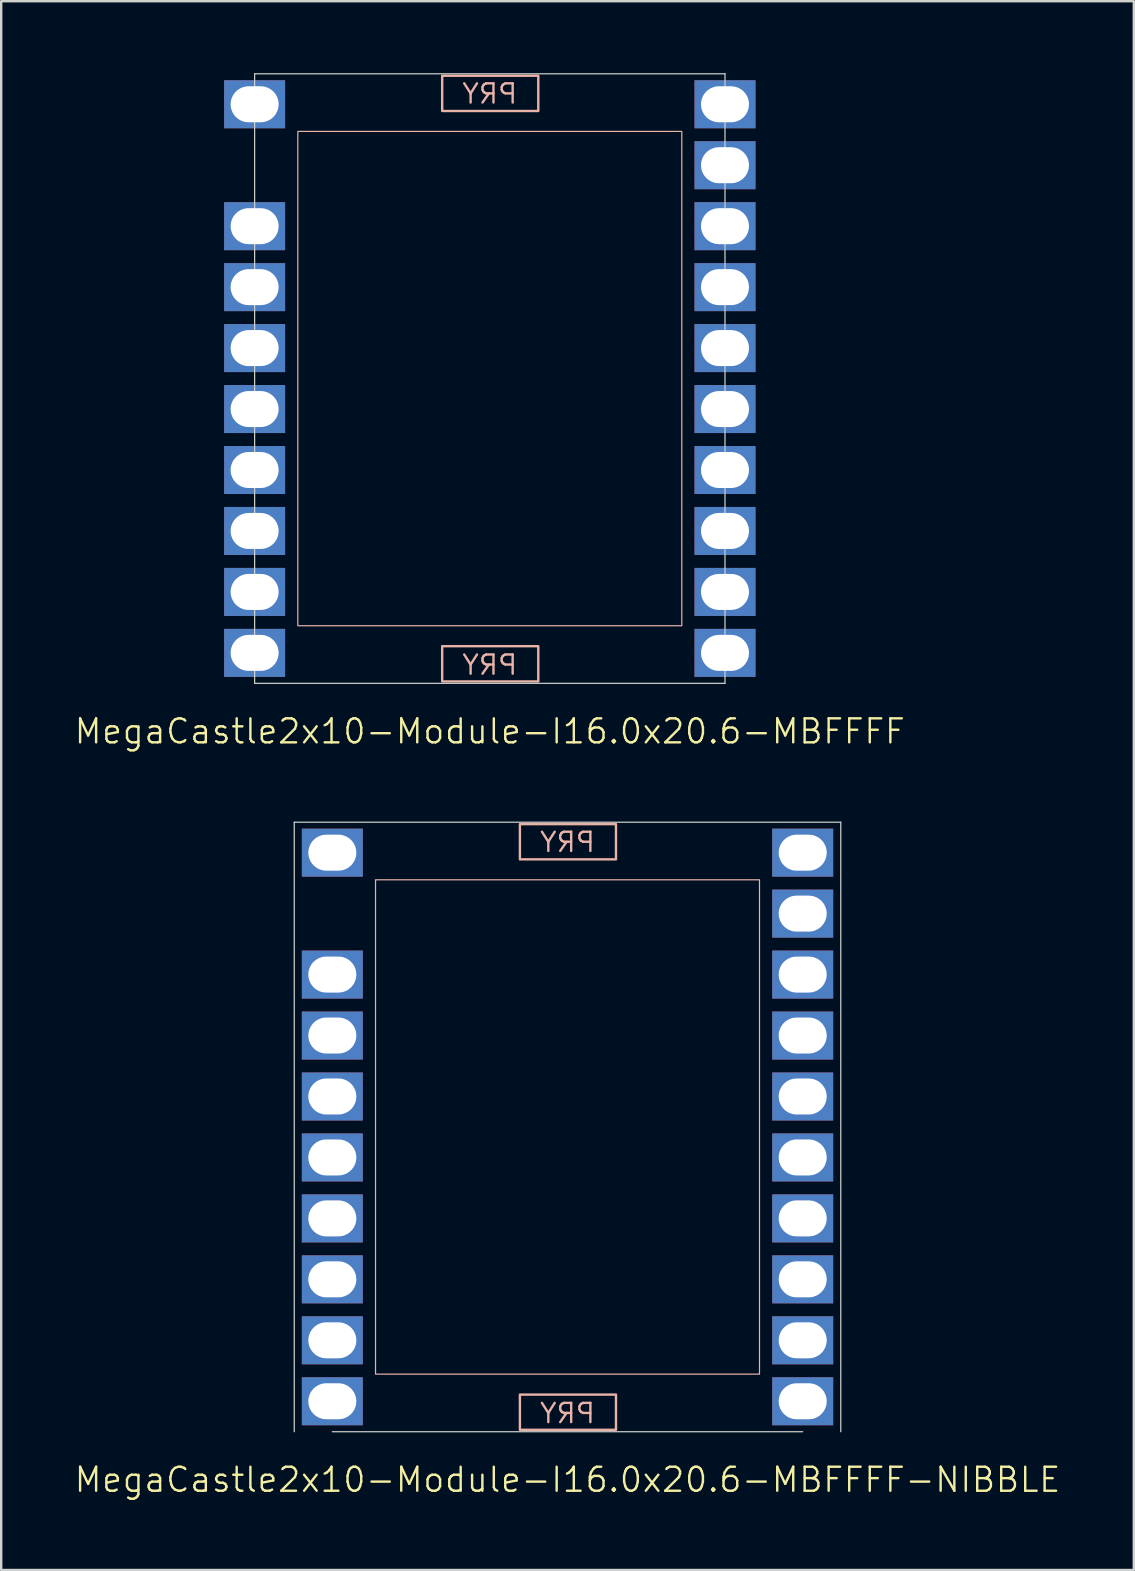
<source format=kicad_pcb>
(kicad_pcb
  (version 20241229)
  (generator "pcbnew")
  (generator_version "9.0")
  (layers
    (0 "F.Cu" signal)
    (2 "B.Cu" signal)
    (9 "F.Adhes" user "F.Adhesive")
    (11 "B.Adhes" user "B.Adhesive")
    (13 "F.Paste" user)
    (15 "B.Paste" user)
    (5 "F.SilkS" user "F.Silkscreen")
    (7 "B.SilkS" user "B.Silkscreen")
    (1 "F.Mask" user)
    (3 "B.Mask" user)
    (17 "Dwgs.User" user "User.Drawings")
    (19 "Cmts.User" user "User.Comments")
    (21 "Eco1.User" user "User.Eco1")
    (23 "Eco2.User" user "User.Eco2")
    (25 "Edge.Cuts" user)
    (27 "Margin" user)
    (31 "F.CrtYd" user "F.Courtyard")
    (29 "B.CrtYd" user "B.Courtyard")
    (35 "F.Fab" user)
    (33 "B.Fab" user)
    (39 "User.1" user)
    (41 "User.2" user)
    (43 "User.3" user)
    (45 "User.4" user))
  (footprint "MegaCastle2x10-Module-I16.0x20.6-MBFFFF"
    (layer "F.Cu")
    (at 17.36 12.725)
    (property "Reference" "MegaCastle2x10-Module-I16.0x20.6-MBFFFF" (at 0 14.7 0) (unlocked yes) (layer "F.SilkS") (effects (font (size 1 1) (thickness 0.1))))
    (attr smd)
    (fp_rect (start -8 10.3) (end 8 -10.3) (stroke (width 0.05) (type default)) (fill no) (layer "B.SilkS"))
    (fp_rect (start -1.984 -11.151) (end 2.02 -12.62) (stroke (width 0.1) (type default)) (fill no) (layer "B.SilkS"))
    (fp_rect (start -1.984 11.151) (end 2.02 12.62) (stroke (width 0.1) (type default)) (fill no) (layer "B.SilkS"))
    (fp_line (start -9.8 -12.7) (end -9.8 12.7) (stroke (width 0.05) (type default)) (layer "Edge.Cuts"))
    (fp_line (start -9.8 -12.7) (end 9.8 -12.7) (stroke (width 0.05) (type default)) (layer "Edge.Cuts"))
    (fp_line (start -9.8 12.7) (end 9.8 12.7) (stroke (width 0.05) (type default)) (layer "Edge.Cuts"))
    (fp_line (start 9.8 -12.7) (end 9.8 12.7) (stroke (width 0.05) (type default)) (layer "Edge.Cuts"))
    (fp_text user "PRY" (at 0 12.4 0) (unlocked yes) (layer "B.SilkS") (effects (font (size 0.8 0.8) (thickness 0.1)) (justify bottom mirror)))
    (fp_text user "PRY" (at 0 -11.4 0) (unlocked yes) (layer "B.SilkS") (effects (font (size 0.8 0.8) (thickness 0.1)) (justify bottom mirror)))
    (pad "1" thru_hole rect (at -9.8 -11.43) (size 2.54 2) (drill oval 2 1.5) (property pad_prop_castellated) (layers "*.Cu" "*.Mask"))
    (pad "3" thru_hole rect (at -9.8 -6.35) (size 2.54 2) (drill oval 2 1.5) (property pad_prop_castellated) (layers "*.Cu" "*.Mask"))
    (pad "4" thru_hole rect (at -9.8 -3.81) (size 2.54 2) (drill oval 2 1.5) (property pad_prop_castellated) (layers "*.Cu" "*.Mask"))
    (pad "5" thru_hole rect (at -9.8 -1.27) (size 2.54 2) (drill oval 2 1.5) (property pad_prop_castellated) (layers "*.Cu" "*.Mask"))
    (pad "6" thru_hole rect (at -9.8 1.27) (size 2.54 2) (drill oval 2 1.5) (property pad_prop_castellated) (layers "*.Cu" "*.Mask"))
    (pad "7" thru_hole rect (at -9.8 3.81) (size 2.54 2) (drill oval 2 1.5) (property pad_prop_castellated) (layers "*.Cu" "*.Mask"))
    (pad "8" thru_hole rect (at -9.8 6.35) (size 2.54 2) (drill oval 2 1.5) (property pad_prop_castellated) (layers "*.Cu" "*.Mask"))
    (pad "9" thru_hole rect (at -9.8 8.89) (size 2.54 2) (drill oval 2 1.5) (property pad_prop_castellated) (layers "*.Cu" "*.Mask"))
    (pad "10" thru_hole rect (at -9.8 11.43) (size 2.54 2) (drill oval 2 1.5) (property pad_prop_castellated) (layers "*.Cu" "*.Mask"))
    (pad "11" thru_hole rect (at 9.8 -11.43) (size 2.54 2) (drill oval 2 1.5) (property pad_prop_castellated) (layers "*.Cu" "*.Mask"))
    (pad "12" thru_hole rect (at 9.8 -8.89) (size 2.54 2) (drill oval 2 1.5) (property pad_prop_castellated) (layers "*.Cu" "*.Mask"))
    (pad "13" thru_hole rect (at 9.8 -6.35) (size 2.54 2) (drill oval 2 1.5) (property pad_prop_castellated) (layers "*.Cu" "*.Mask"))
    (pad "14" thru_hole rect (at 9.8 -3.81) (size 2.54 2) (drill oval 2 1.5) (property pad_prop_castellated) (layers "*.Cu" "*.Mask"))
    (pad "15" thru_hole rect (at 9.8 -1.27) (size 2.54 2) (drill oval 2 1.5) (property pad_prop_castellated) (layers "*.Cu" "*.Mask"))
    (pad "16" thru_hole rect (at 9.8 1.27) (size 2.54 2) (drill oval 2 1.5) (property pad_prop_castellated) (layers "*.Cu" "*.Mask"))
    (pad "17" thru_hole rect (at 9.8 3.81) (size 2.54 2) (drill oval 2 1.5) (property pad_prop_castellated) (layers "*.Cu" "*.Mask"))
    (pad "18" thru_hole rect (at 9.8 6.35) (size 2.54 2) (drill oval 2 1.5) (property pad_prop_castellated) (layers "*.Cu" "*.Mask"))
    (pad "19" thru_hole rect (at 9.8 8.89) (size 2.54 2) (drill oval 2 1.5) (property pad_prop_castellated) (layers "*.Cu" "*.Mask"))
    (pad "20" thru_hole rect (at 9.8 11.43) (size 2.54 2) (drill oval 2 1.5) (property pad_prop_castellated) (layers "*.Cu" "*.Mask"))
    (zone (net_name "") (layer "B.Cu") (hatch edge 0.5) (connect_pads) (min_thickness 0.25) (filled_areas_thickness no) (keepout (tracks allowed) (vias allowed) (pads allowed) (copperpour allowed) (footprints not_allowed)) (placement (enabled no)) (fill) (polygon (pts (xy 7.56 25.425) (xy 7.56 0.025) (xy 9.36 0.025) (xy 9.36 25.425))))
    (zone (net_name "") (layer "B.Cu") (hatch edge 0.5) (connect_pads) (min_thickness 0.25) (filled_areas_thickness no) (keepout (tracks allowed) (vias allowed) (pads allowed) (copperpour allowed) (footprints not_allowed)) (placement (enabled no)) (fill) (polygon (pts (xy 9.36 0.025) (xy 9.36 2.425) (xy 25.36 2.425) (xy 25.36 0.025))))
    (zone (net_name "") (layer "B.Cu") (hatch edge 0.5) (connect_pads) (min_thickness 0.25) (filled_areas_thickness no) (keepout (tracks allowed) (vias allowed) (pads allowed) (copperpour allowed) (footprints not_allowed)) (placement (enabled no)) (fill) (polygon (pts (xy 9.36 25.425) (xy 9.36 23.025) (xy 25.36 23.025) (xy 25.36 25.425))))
    (zone (net_name "") (layer "B.Cu") (name "Upper Pry Zone") (hatch edge 0.5) (connect_pads) (min_thickness 0.25) (filled_areas_thickness no) (keepout (tracks not_allowed) (vias not_allowed) (pads not_allowed) (copperpour allowed) (footprints not_allowed)) (placement (enabled no)) (fill) (polygon (pts (xy 15.375 1.574) (xy 15.375 0.105) (xy 19.379 0.105) (xy 19.379 1.574))))
    (zone (net_name "") (layer "B.Cu") (name "Upper Pry Zone") (hatch edge 0.5) (connect_pads) (min_thickness 0.25) (filled_areas_thickness no) (keepout (tracks not_allowed) (vias not_allowed) (pads not_allowed) (copperpour allowed) (footprints not_allowed)) (placement (enabled no)) (fill) (polygon (pts (xy 15.375 23.876) (xy 15.375 25.345) (xy 19.379 25.345) (xy 19.379 23.876))))
    (zone (net_name "") (layer "B.Cu") (hatch edge 0.5) (connect_pads) (min_thickness 0.25) (filled_areas_thickness no) (keepout (tracks allowed) (vias allowed) (pads allowed) (copperpour allowed) (footprints not_allowed)) (placement (enabled no)) (fill) (polygon (pts (xy 27.16 25.425) (xy 27.16 0.025) (xy 25.36 0.025) (xy 25.36 25.425)))))
  (footprint "MegaCastle2x10-Module-I16.0x20.6-MBFFFF-NIBBLE"
    (layer "F.Cu")
    (at 20.598 43.91)
    (property "Reference" "MegaCastle2x10-Module-I16.0x20.6-MBFFFF-NIBBLE" (at 0 14.7 0) (unlocked yes) (layer "F.SilkS") (effects (font (size 1 1) (thickness 0.1))))
    (attr smd)
    (fp_rect (start -8 10.3) (end 8 -10.3) (stroke (width 0.05) (type default)) (fill no) (layer "B.SilkS"))
    (fp_rect (start -1.984 -11.151) (end 2.02 -12.62) (stroke (width 0.1) (type default)) (fill no) (layer "B.SilkS"))
    (fp_rect (start -1.984 11.151) (end 2.02 12.62) (stroke (width 0.1) (type default)) (fill no) (layer "B.SilkS"))
    (fp_line (start -11.387 -12.7) (end -11.387 12.7) (stroke (width 0.05) (type default)) (layer "Edge.Cuts"))
    (fp_line (start -11.387 -12.7) (end 11.387 -12.7) (stroke (width 0.05) (type default)) (layer "Edge.Cuts"))
    (fp_line (start -9.8 12.7) (end 9.8 12.7) (stroke (width 0.05) (type default)) (layer "Edge.Cuts"))
    (fp_line (start 11.387 -12.7) (end 11.387 12.7) (stroke (width 0.05) (type default)) (layer "Edge.Cuts"))
    (fp_text user "PRY" (at 0 -11.4 0) (unlocked yes) (layer "B.SilkS") (effects (font (size 0.8 0.8) (thickness 0.1)) (justify bottom mirror)))
    (fp_text user "PRY" (at 0 12.4 0) (unlocked yes) (layer "B.SilkS") (effects (font (size 0.8 0.8) (thickness 0.1)) (justify bottom mirror)))
    (pad "1" thru_hole rect (at -9.8 -11.43) (size 2.54 2) (drill oval 2 1.5) (property pad_prop_castellated) (layers "*.Cu" "*.Mask"))
    (pad "3" thru_hole rect (at -9.8 -6.35) (size 2.54 2) (drill oval 2 1.5) (property pad_prop_castellated) (layers "*.Cu" "*.Mask"))
    (pad "4" thru_hole rect (at -9.8 -3.81) (size 2.54 2) (drill oval 2 1.5) (property pad_prop_castellated) (layers "*.Cu" "*.Mask"))
    (pad "5" thru_hole rect (at -9.8 -1.27) (size 2.54 2) (drill oval 2 1.5) (property pad_prop_castellated) (layers "*.Cu" "*.Mask"))
    (pad "6" thru_hole rect (at -9.8 1.27) (size 2.54 2) (drill oval 2 1.5) (property pad_prop_castellated) (layers "*.Cu" "*.Mask"))
    (pad "7" thru_hole rect (at -9.8 3.81) (size 2.54 2) (drill oval 2 1.5) (property pad_prop_castellated) (layers "*.Cu" "*.Mask"))
    (pad "8" thru_hole rect (at -9.8 6.35) (size 2.54 2) (drill oval 2 1.5) (property pad_prop_castellated) (layers "*.Cu" "*.Mask"))
    (pad "9" thru_hole rect (at -9.8 8.89) (size 2.54 2) (drill oval 2 1.5) (property pad_prop_castellated) (layers "*.Cu" "*.Mask"))
    (pad "10" thru_hole rect (at -9.8 11.43) (size 2.54 2) (drill oval 2 1.5) (property pad_prop_castellated) (layers "*.Cu" "*.Mask"))
    (pad "11" thru_hole rect (at 9.8 -11.43) (size 2.54 2) (drill oval 2 1.5) (property pad_prop_castellated) (layers "*.Cu" "*.Mask"))
    (pad "12" thru_hole rect (at 9.8 -8.89) (size 2.54 2) (drill oval 2 1.5) (property pad_prop_castellated) (layers "*.Cu" "*.Mask"))
    (pad "13" thru_hole rect (at 9.8 -6.35) (size 2.54 2) (drill oval 2 1.5) (property pad_prop_castellated) (layers "*.Cu" "*.Mask"))
    (pad "14" thru_hole rect (at 9.8 -3.81) (size 2.54 2) (drill oval 2 1.5) (property pad_prop_castellated) (layers "*.Cu" "*.Mask"))
    (pad "15" thru_hole rect (at 9.8 -1.27) (size 2.54 2) (drill oval 2 1.5) (property pad_prop_castellated) (layers "*.Cu" "*.Mask"))
    (pad "16" thru_hole rect (at 9.8 1.27) (size 2.54 2) (drill oval 2 1.5) (property pad_prop_castellated) (layers "*.Cu" "*.Mask"))
    (pad "17" thru_hole rect (at 9.8 3.81) (size 2.54 2) (drill oval 2 1.5) (property pad_prop_castellated) (layers "*.Cu" "*.Mask"))
    (pad "18" thru_hole rect (at 9.8 6.35) (size 2.54 2) (drill oval 2 1.5) (property pad_prop_castellated) (layers "*.Cu" "*.Mask"))
    (pad "19" thru_hole rect (at 9.8 8.89) (size 2.54 2) (drill oval 2 1.5) (property pad_prop_castellated) (layers "*.Cu" "*.Mask"))
    (pad "20" thru_hole rect (at 9.8 11.43) (size 2.54 2) (drill oval 2 1.5) (property pad_prop_castellated) (layers "*.Cu" "*.Mask"))
    (zone (net_name "") (layer "B.Cu") (hatch edge 0.5) (connect_pads) (min_thickness 0.25) (filled_areas_thickness no) (keepout (tracks allowed) (vias allowed) (pads allowed) (copperpour allowed) (footprints not_allowed)) (placement (enabled no)) (fill) (polygon (pts (xy 10.798 56.611) (xy 10.798 31.21) (xy 12.598 31.21) (xy 12.598 56.611))))
    (zone (net_name "") (layer "B.Cu") (hatch edge 0.5) (connect_pads) (min_thickness 0.25) (filled_areas_thickness no) (keepout (tracks allowed) (vias allowed) (pads allowed) (copperpour allowed) (footprints not_allowed)) (placement (enabled no)) (fill) (polygon (pts (xy 12.598 31.21) (xy 12.598 33.611) (xy 28.598 33.611) (xy 28.598 31.21))))
    (zone (net_name "") (layer "B.Cu") (hatch edge 0.5) (connect_pads) (min_thickness 0.25) (filled_areas_thickness no) (keepout (tracks allowed) (vias allowed) (pads allowed) (copperpour allowed) (footprints not_allowed)) (placement (enabled no)) (fill) (polygon (pts (xy 12.598 56.611) (xy 12.598 54.211) (xy 28.598 54.211) (xy 28.598 56.611))))
    (zone (net_name "") (layer "B.Cu") (name "Upper Pry Zone") (hatch edge 0.5) (connect_pads) (min_thickness 0.25) (filled_areas_thickness no) (keepout (tracks not_allowed) (vias not_allowed) (pads not_allowed) (copperpour allowed) (footprints not_allowed)) (placement (enabled no)) (fill) (polygon (pts (xy 18.613 32.759) (xy 18.613 31.291) (xy 22.617 31.291) (xy 22.617 32.759))))
    (zone (net_name "") (layer "B.Cu") (name "Upper Pry Zone") (hatch edge 0.5) (connect_pads) (min_thickness 0.25) (filled_areas_thickness no) (keepout (tracks not_allowed) (vias not_allowed) (pads not_allowed) (copperpour allowed) (footprints not_allowed)) (placement (enabled no)) (fill) (polygon (pts (xy 18.613 55.062) (xy 18.613 56.531) (xy 22.617 56.531) (xy 22.617 55.062))))
    (zone (net_name "") (layer "B.Cu") (hatch edge 0.5) (connect_pads) (min_thickness 0.25) (filled_areas_thickness no) (keepout (tracks allowed) (vias allowed) (pads allowed) (copperpour allowed) (footprints not_allowed)) (placement (enabled no)) (fill) (polygon (pts (xy 30.398 56.611) (xy 30.398 31.21) (xy 28.598 31.21) (xy 28.598 56.611)))))
  (gr_rect
    (start -3 -3)
    (end 44.195 62.371)
    (stroke (width 0.1) (type default))
    (fill no)
    (layer "Edge.Cuts")))
</source>
